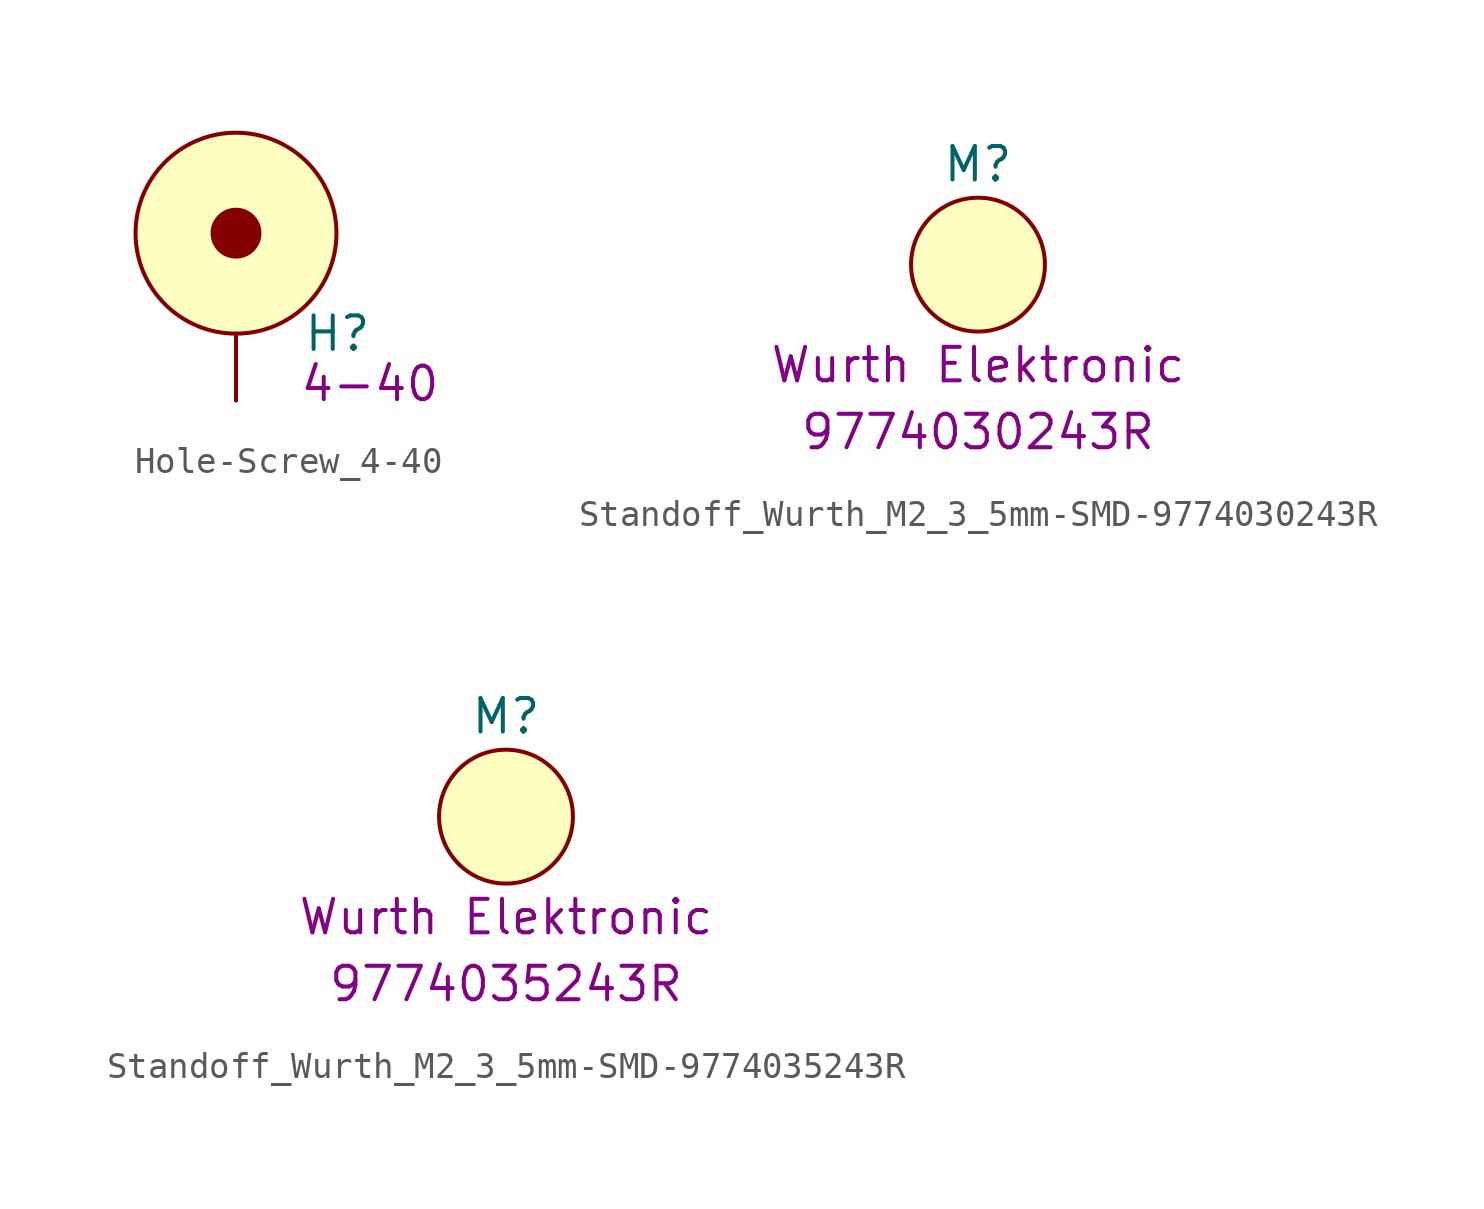
<source format=kicad_sym>
(kicad_symbol_lib
  (version 20211014)
  (generator kicad_symbol_editor)
  (symbol "Hole-Screw_4-40"
    (pin_numbers hide)
    (pin_names
      (offset 1.016) hide)
    (property "Reference" "H"
      (at 2.54 -3.81 0)
      (effects (font (size 1.27 1.27)) (justify left)))
    (property "Screw Size" "4-40"
      (at 5.08 -5.715 0)
      (effects (font (size 1.27 1.27))))
    (symbol "Hole-Screw_4-40_0_1"
      (circle (center 0 0) (radius 0.889) (stroke (width 0) (type default) (color 0 0 0 0)) (fill (type outline)))
      (circle (center 0 0) (radius 3.81) (stroke (width 0) (type default) (color 0 0 0 0)) (fill (type background))))
    (symbol "Hole-Screw_4-40_1_1"
      (pin input line (at 0 -6.35 90) (length 2.54) (name "GND" (effects (font (size 1.27 1.27)))) (number "1" (effects (font (size 1.27 1.27)))))))
  (symbol "Standoff_Wurth_M2_3_5mm-SMD-9774030243R"
    (property "Reference" "M"
      (at 0 3.81 0)
      (effects (font (size 1.27 1.27))))
    (property "Manufacturer" "Wurth Elektronic"
      (at 0 -3.81 0)
      (effects (font (size 1.27 1.27))))
    (property "MPN" "9774030243R"
      (at 0 -6.35 0)
      (effects (font (size 1.27 1.27))))
    (symbol "Standoff_Wurth_M2_3_5mm-SMD-9774030243R_0_1"
      (circle (center 0 0) (radius 2.54) (stroke (width 0.152) (type default) (color 0 0 0 0)) (fill (type background)))))
  (symbol "Standoff_Wurth_M2_3_5mm-SMD-9774035243R"
    (property "Reference" "M"
      (at 0 3.81 0)
      (effects (font (size 1.27 1.27))))
    (property "Manufacturer" "Wurth Elektronic"
      (at 0 -3.81 0)
      (effects (font (size 1.27 1.27))))
    (property "MPN" "9774035243R"
      (at 0 -6.35 0)
      (effects (font (size 1.27 1.27))))
    (symbol "Standoff_Wurth_M2_3_5mm-SMD-9774035243R_0_1"
      (circle (center 0 0) (radius 2.54) (stroke (width 0.152) (type default) (color 0 0 0 0)) (fill (type background))))))
</source>
